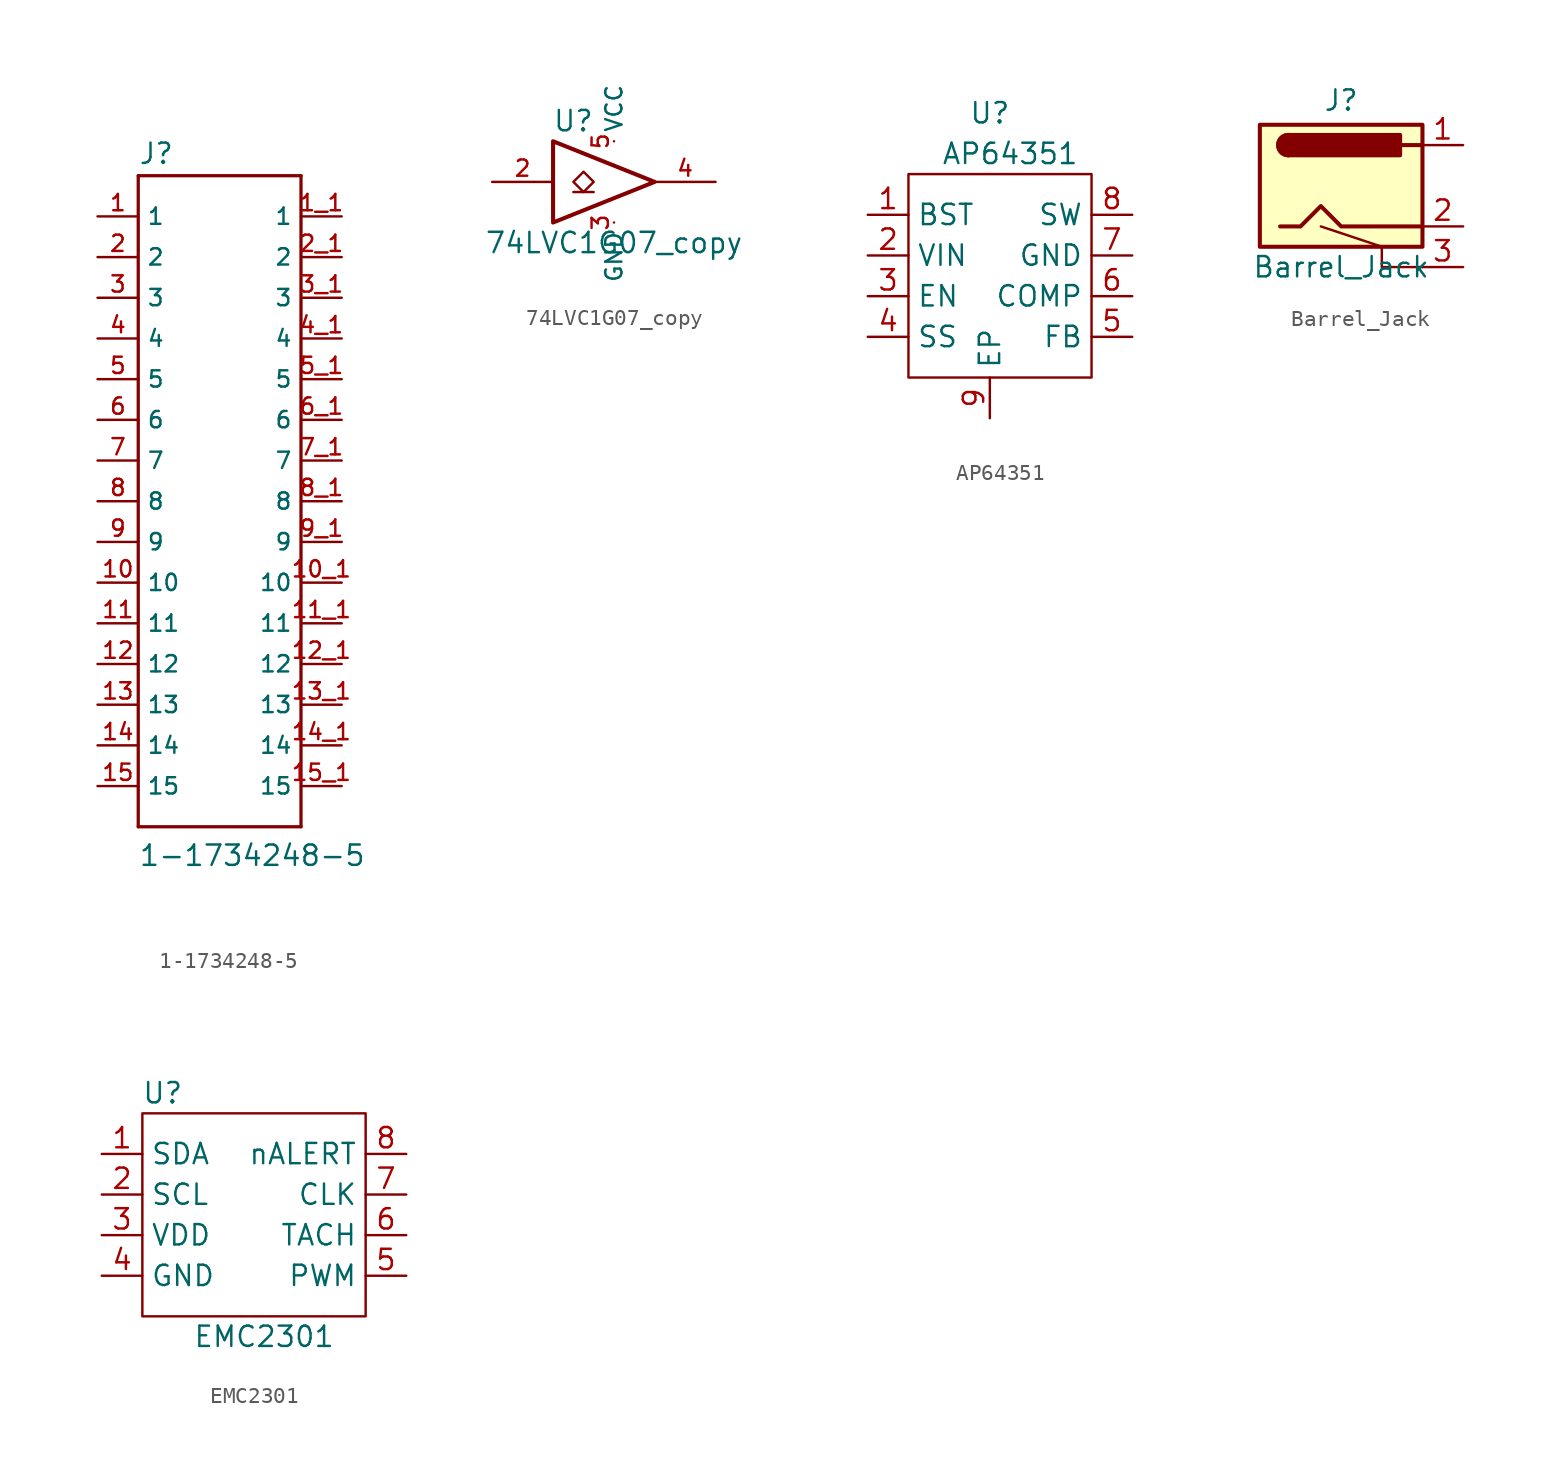
<source format=kicad_sym>
(kicad_symbol_lib
  (version 20200827)
  (generator kicad_symbol_editor)
  (symbol "CM4IO:1-1734248-5"
    (property "Reference" "J"
      (at -5.08 20.955 0)
      (effects (font (size 1.27 1.27)) (justify left bottom)))
    (property "Value" "1-1734248-5"
      (at -5.08 -22.86 0)
      (effects (font (size 1.27 1.27)) (justify left bottom)))
    (property "ki_locked" ""
      (at 0 0 0)
      (effects (font (size 1.27 1.27))))
    (symbol "1-1734248-5_0_0"
      (polyline (pts (xy -5.08 -20.32) (xy 5.08 -20.32)) (stroke (width 0.203)) (fill (type none)))
      (polyline (pts (xy -5.08 20.32) (xy -5.08 -20.32)) (stroke (width 0.203)) (fill (type none)))
      (polyline (pts (xy 5.08 -20.32) (xy 5.08 20.32)) (stroke (width 0.203)) (fill (type none)))
      (polyline (pts (xy 5.08 20.32) (xy -5.08 20.32)) (stroke (width 0.203)) (fill (type none)))
      (pin passive line (at -7.62 17.78 0) (length 2.54) (name "1" (effects (font (size 1.016 1.016)))) (number "1" (effects (font (size 1.016 1.016)))))
      (pin passive line (at -7.62 -5.08 0) (length 2.54) (name "10" (effects (font (size 1.016 1.016)))) (number "10" (effects (font (size 1.016 1.016)))))
      (pin passive line (at 7.62 -5.08 180) (length 2.54) (name "10" (effects (font (size 1.016 1.016)))) (number "10_1" (effects (font (size 1.016 1.016)))))
      (pin passive line (at -7.62 -7.62 0) (length 2.54) (name "11" (effects (font (size 1.016 1.016)))) (number "11" (effects (font (size 1.016 1.016)))))
      (pin passive line (at 7.62 -7.62 180) (length 2.54) (name "11" (effects (font (size 1.016 1.016)))) (number "11_1" (effects (font (size 1.016 1.016)))))
      (pin passive line (at -7.62 -10.16 0) (length 2.54) (name "12" (effects (font (size 1.016 1.016)))) (number "12" (effects (font (size 1.016 1.016)))))
      (pin passive line (at 7.62 -10.16 180) (length 2.54) (name "12" (effects (font (size 1.016 1.016)))) (number "12_1" (effects (font (size 1.016 1.016)))))
      (pin passive line (at -7.62 -12.7 0) (length 2.54) (name "13" (effects (font (size 1.016 1.016)))) (number "13" (effects (font (size 1.016 1.016)))))
      (pin passive line (at 7.62 -12.7 180) (length 2.54) (name "13" (effects (font (size 1.016 1.016)))) (number "13_1" (effects (font (size 1.016 1.016)))))
      (pin passive line (at -7.62 -15.24 0) (length 2.54) (name "14" (effects (font (size 1.016 1.016)))) (number "14" (effects (font (size 1.016 1.016)))))
      (pin passive line (at 7.62 -15.24 180) (length 2.54) (name "14" (effects (font (size 1.016 1.016)))) (number "14_1" (effects (font (size 1.016 1.016)))))
      (pin passive line (at -7.62 -17.78 0) (length 2.54) (name "15" (effects (font (size 1.016 1.016)))) (number "15" (effects (font (size 1.016 1.016)))))
      (pin passive line (at 7.62 -17.78 180) (length 2.54) (name "15" (effects (font (size 1.016 1.016)))) (number "15_1" (effects (font (size 1.016 1.016)))))
      (pin passive line (at 7.62 17.78 180) (length 2.54) (name "1" (effects (font (size 1.016 1.016)))) (number "1_1" (effects (font (size 1.016 1.016)))))
      (pin passive line (at -7.62 15.24 0) (length 2.54) (name "2" (effects (font (size 1.016 1.016)))) (number "2" (effects (font (size 1.016 1.016)))))
      (pin passive line (at 7.62 15.24 180) (length 2.54) (name "2" (effects (font (size 1.016 1.016)))) (number "2_1" (effects (font (size 1.016 1.016)))))
      (pin passive line (at -7.62 12.7 0) (length 2.54) (name "3" (effects (font (size 1.016 1.016)))) (number "3" (effects (font (size 1.016 1.016)))))
      (pin passive line (at 7.62 12.7 180) (length 2.54) (name "3" (effects (font (size 1.016 1.016)))) (number "3_1" (effects (font (size 1.016 1.016)))))
      (pin passive line (at -7.62 10.16 0) (length 2.54) (name "4" (effects (font (size 1.016 1.016)))) (number "4" (effects (font (size 1.016 1.016)))))
      (pin passive line (at 7.62 10.16 180) (length 2.54) (name "4" (effects (font (size 1.016 1.016)))) (number "4_1" (effects (font (size 1.016 1.016)))))
      (pin passive line (at -7.62 7.62 0) (length 2.54) (name "5" (effects (font (size 1.016 1.016)))) (number "5" (effects (font (size 1.016 1.016)))))
      (pin passive line (at 7.62 7.62 180) (length 2.54) (name "5" (effects (font (size 1.016 1.016)))) (number "5_1" (effects (font (size 1.016 1.016)))))
      (pin passive line (at -7.62 5.08 0) (length 2.54) (name "6" (effects (font (size 1.016 1.016)))) (number "6" (effects (font (size 1.016 1.016)))))
      (pin passive line (at 7.62 5.08 180) (length 2.54) (name "6" (effects (font (size 1.016 1.016)))) (number "6_1" (effects (font (size 1.016 1.016)))))
      (pin passive line (at -7.62 2.54 0) (length 2.54) (name "7" (effects (font (size 1.016 1.016)))) (number "7" (effects (font (size 1.016 1.016)))))
      (pin passive line (at 7.62 2.54 180) (length 2.54) (name "7" (effects (font (size 1.016 1.016)))) (number "7_1" (effects (font (size 1.016 1.016)))))
      (pin passive line (at -7.62 0 0) (length 2.54) (name "8" (effects (font (size 1.016 1.016)))) (number "8" (effects (font (size 1.016 1.016)))))
      (pin passive line (at 7.62 0 180) (length 2.54) (name "8" (effects (font (size 1.016 1.016)))) (number "8_1" (effects (font (size 1.016 1.016)))))
      (pin passive line (at -7.62 -2.54 0) (length 2.54) (name "9" (effects (font (size 1.016 1.016)))) (number "9" (effects (font (size 1.016 1.016)))))
      (pin passive line (at 7.62 -2.54 180) (length 2.54) (name "9" (effects (font (size 1.016 1.016)))) (number "9_1" (effects (font (size 1.016 1.016)))))))
  (symbol "CM4IO:74LVC1G07_copy"
    (property "Reference" "U"
      (at -2.54 3.81 0)
      (effects (font (size 1.27 1.27))))
    (property "Value" "74LVC1G07_copy"
      (at 0 -3.81 0)
      (effects (font (size 1.27 1.27))))
    (symbol "74LVC1G07_copy_0_1"
      (polyline (pts (xy -2.54 -0.635) (xy -1.27 -0.635)) (stroke (width 0)) (fill (type none)))
      (polyline (pts (xy -3.81 2.54) (xy -3.81 -2.54) (xy 2.54 0) (xy -3.81 2.54)) (stroke (width 0.254)) (fill (type none)))
      (polyline (pts (xy -1.905 0.635) (xy -2.54 0) (xy -1.905 -0.635) (xy -1.27 0) (xy -1.905 0.635)) (stroke (width 0)) (fill (type none))))
    (symbol "74LVC1G07_copy_1_1"
      (pin input line (at -7.62 0 0) (length 3.81) (name "~" (effects (font (size 1.016 1.016)))) (number "2" (effects (font (size 1.016 1.016)))))
      (pin power_in line (at 0 -2.54 270) (length 0) (name "GND" (effects (font (size 1.016 1.016)))) (number "3" (effects (font (size 1.016 1.016)))))
      (pin open_collector line (at 6.35 0 180) (length 3.81) (name "~" (effects (font (size 1.016 1.016)))) (number "4" (effects (font (size 1.016 1.016)))))
      (pin power_in line (at 0 2.54 90) (length 0) (name "VCC" (effects (font (size 1.016 1.016)))) (number "5" (effects (font (size 1.016 1.016)))))))
  (symbol "CM4IO:AP64351"
    (property "Reference" "U"
      (at 0 8.89 0)
      (effects (font (size 1.27 1.27))))
    (property "Value" "AP64351"
      (at 1.27 6.35 0)
      (effects (font (size 1.27 1.27))))
    (symbol "AP64351_0_1"
      (rectangle (start -5.08 5.08) (end 6.35 -7.62) (stroke (width 0)) (fill (type none))))
    (symbol "AP64351_1_1"
      (pin passive line (at -7.62 2.54 0) (length 2.54) (name "BST" (effects (font (size 1.27 1.27)))) (number "1" (effects (font (size 1.27 1.27)))))
      (pin power_in line (at -7.62 0 0) (length 2.54) (name "VIN" (effects (font (size 1.27 1.27)))) (number "2" (effects (font (size 1.27 1.27)))))
      (pin input line (at -7.62 -2.54 0) (length 2.54) (name "EN" (effects (font (size 1.27 1.27)))) (number "3" (effects (font (size 1.27 1.27)))))
      (pin input line (at -7.62 -5.08 0) (length 2.54) (name "SS" (effects (font (size 1.27 1.27)))) (number "4" (effects (font (size 1.27 1.27)))))
      (pin input line (at 8.89 -5.08 180) (length 2.54) (name "FB" (effects (font (size 1.27 1.27)))) (number "5" (effects (font (size 1.27 1.27)))))
      (pin input line (at 8.89 -2.54 180) (length 2.54) (name "COMP" (effects (font (size 1.27 1.27)))) (number "6" (effects (font (size 1.27 1.27)))))
      (pin power_in line (at 8.89 0 180) (length 2.54) (name "GND" (effects (font (size 1.27 1.27)))) (number "7" (effects (font (size 1.27 1.27)))))
      (pin output line (at 8.89 2.54 180) (length 2.54) (name "SW" (effects (font (size 1.27 1.27)))) (number "8" (effects (font (size 1.27 1.27)))))
      (pin passive line (at 0 -10.16 90) (length 2.54) (name "EP" (effects (font (size 1.27 1.27)))) (number "9" (effects (font (size 1.27 1.27)))))))
  (symbol "CM4IO:Barrel_Jack"
    (property "Reference" "J"
      (at 0 5.334 0)
      (effects (font (size 1.27 1.27))))
    (property "Value" "Barrel_Jack"
      (at 0 -5.08 0)
      (effects (font (size 1.27 1.27))))
    (symbol "Barrel_Jack_0_1"
      (arc (start -3.302 3.175) (end -3.302 1.905) (radius (at -3.302 2.54) (length 0.635) (angles 90.1 -90.1)) (stroke (width 0.254)) (fill (type outline)))
      (arc (start -3.302 3.175) (end -3.302 1.905) (radius (at -3.302 2.54) (length 0.635) (angles 90.1 -90.1)) (stroke (width 0.254)) (fill (type none)))
      (rectangle (start -5.08 3.81) (end 5.08 -3.81) (stroke (width 0.254)) (fill (type background)))
      (rectangle (start 3.683 3.175) (end -3.302 1.905) (stroke (width 0.254)) (fill (type outline)))
      (polyline (pts (xy 5.08 2.54) (xy 3.81 2.54)) (stroke (width 0.254)) (fill (type none)))
      (polyline (pts (xy 5.08 -5.08) (xy 2.54 -5.08) (xy 2.54 -3.81) (xy -1.27 -2.54)) (stroke (width 0)) (fill (type none)))
      (polyline (pts (xy -3.81 -2.54) (xy -2.54 -2.54) (xy -1.27 -1.27) (xy 0 -2.54) (xy 2.54 -2.54) (xy 5.08 -2.54)) (stroke (width 0.254)) (fill (type none))))
    (symbol "Barrel_Jack_1_1"
      (pin passive line (at 7.62 2.54 180) (length 2.54) (name "~" (effects (font (size 1.27 1.27)))) (number "1" (effects (font (size 1.27 1.27)))))
      (pin passive line (at 7.62 -2.54 180) (length 2.54) (name "~" (effects (font (size 1.27 1.27)))) (number "2" (effects (font (size 1.27 1.27)))))
      (pin passive line (at 7.62 -5.08 180) (length 2.54) (name "~" (effects (font (size 1.27 1.27)))) (number "3" (effects (font (size 1.27 1.27)))))))
  (symbol "CM4IO:EMC2301"
    (property "Reference" "U"
      (at -7.62 13.97 0)
      (effects (font (size 1.27 1.27))))
    (property "Value" "EMC2301"
      (at -1.27 -1.27 0)
      (effects (font (size 1.27 1.27))))
    (symbol "EMC2301_0_1"
      (rectangle (start -8.89 12.7) (end 5.08 0) (stroke (width 0)) (fill (type none))))
    (symbol "EMC2301_0_0"
      (pin open_collector line (at -11.43 10.16 0) (length 2.54) (name "SDA" (effects (font (size 1.27 1.27)))) (number "1" (effects (font (size 1.27 1.27)))))
      (pin open_collector line (at -11.43 7.62 0) (length 2.54) (name "SCL" (effects (font (size 1.27 1.27)))) (number "2" (effects (font (size 1.27 1.27)))))
      (pin power_in line (at -11.43 5.08 0) (length 2.54) (name "VDD" (effects (font (size 1.27 1.27)))) (number "3" (effects (font (size 1.27 1.27)))))
      (pin power_in line (at -11.43 2.54 0) (length 2.54) (name "GND" (effects (font (size 1.27 1.27)))) (number "4" (effects (font (size 1.27 1.27)))))
      (pin output line (at 7.62 2.54 180) (length 2.54) (name "PWM" (effects (font (size 1.27 1.27)))) (number "5" (effects (font (size 1.27 1.27)))))
      (pin input line (at 7.62 5.08 180) (length 2.54) (name "TACH" (effects (font (size 1.27 1.27)))) (number "6" (effects (font (size 1.27 1.27)))))
      (pin input line (at 7.62 7.62 180) (length 2.54) (name "CLK" (effects (font (size 1.27 1.27)))) (number "7" (effects (font (size 1.27 1.27)))))
      (pin open_collector line (at 7.62 10.16 180) (length 2.54) (name "nALERT" (effects (font (size 1.27 1.27)))) (number "8" (effects (font (size 1.27 1.27))))))))
</source>
